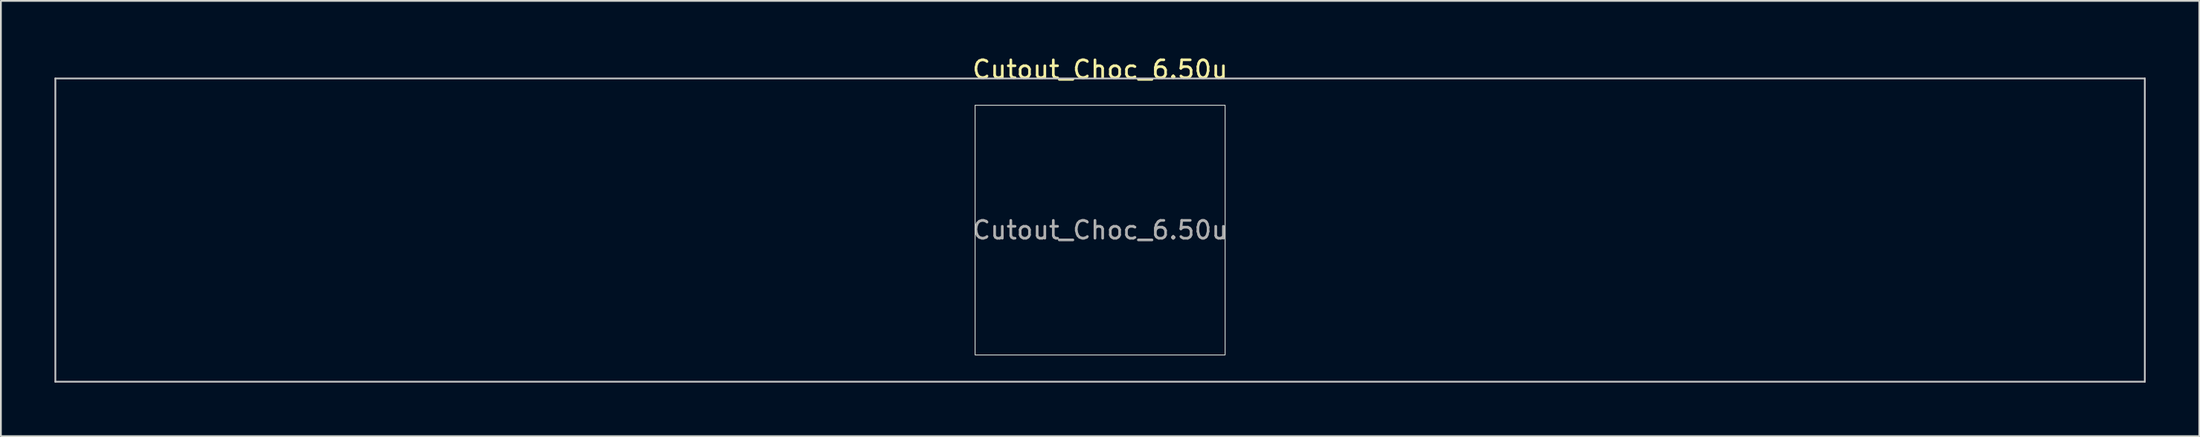
<source format=kicad_pcb>
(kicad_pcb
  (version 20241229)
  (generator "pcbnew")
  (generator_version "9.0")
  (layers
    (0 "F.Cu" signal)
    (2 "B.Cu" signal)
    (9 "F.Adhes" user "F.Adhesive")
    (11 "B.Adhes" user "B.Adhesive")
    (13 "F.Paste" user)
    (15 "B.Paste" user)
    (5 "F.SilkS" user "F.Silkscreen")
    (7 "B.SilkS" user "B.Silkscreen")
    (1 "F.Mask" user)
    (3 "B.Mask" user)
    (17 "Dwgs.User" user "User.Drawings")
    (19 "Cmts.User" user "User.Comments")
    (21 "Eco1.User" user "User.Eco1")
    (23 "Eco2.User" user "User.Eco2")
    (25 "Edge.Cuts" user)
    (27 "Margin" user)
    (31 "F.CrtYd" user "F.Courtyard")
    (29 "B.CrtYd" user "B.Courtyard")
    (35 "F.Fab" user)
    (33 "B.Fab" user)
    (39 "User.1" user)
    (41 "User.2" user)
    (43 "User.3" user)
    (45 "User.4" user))
  (footprint "Cutout_Choc_6.50u"
    (layer "F.Cu")
    (at 58.55 9.848)
    (property "Reference" "Cutout_Choc_6.50u" (at 0 -9 0) (layer "F.SilkS") (effects (font (size 1 1) (thickness 0.15))))
    (attr through_hole)
    (fp_line (start -58.5 -8.5) (end -58.5 8.5) (stroke (width 0.1) (type solid)) (layer "Dwgs.User"))
    (fp_line (start -58.5 8.5) (end 58.5 8.5) (stroke (width 0.1) (type solid)) (layer "Dwgs.User"))
    (fp_line (start 58.5 -8.5) (end -58.5 -8.5) (stroke (width 0.1) (type solid)) (layer "Dwgs.User"))
    (fp_line (start 58.5 8.5) (end 58.5 -8.5) (stroke (width 0.1) (type solid)) (layer "Dwgs.User"))
    (fp_rect (start -7 -7) (end 7 7) (stroke (width 0.05) (type default)) (fill no) (layer "Edge.Cuts"))
    (fp_text user "${REFERENCE}" (at 0 0 0) (layer "F.Fab") (effects (font (size 1 1) (thickness 0.15)))))
  (gr_rect
    (start -3 -3)
    (end 120.1 21.398)
    (stroke (width 0.1) (type default))
    (fill no)
    (layer "Edge.Cuts")))
</source>
